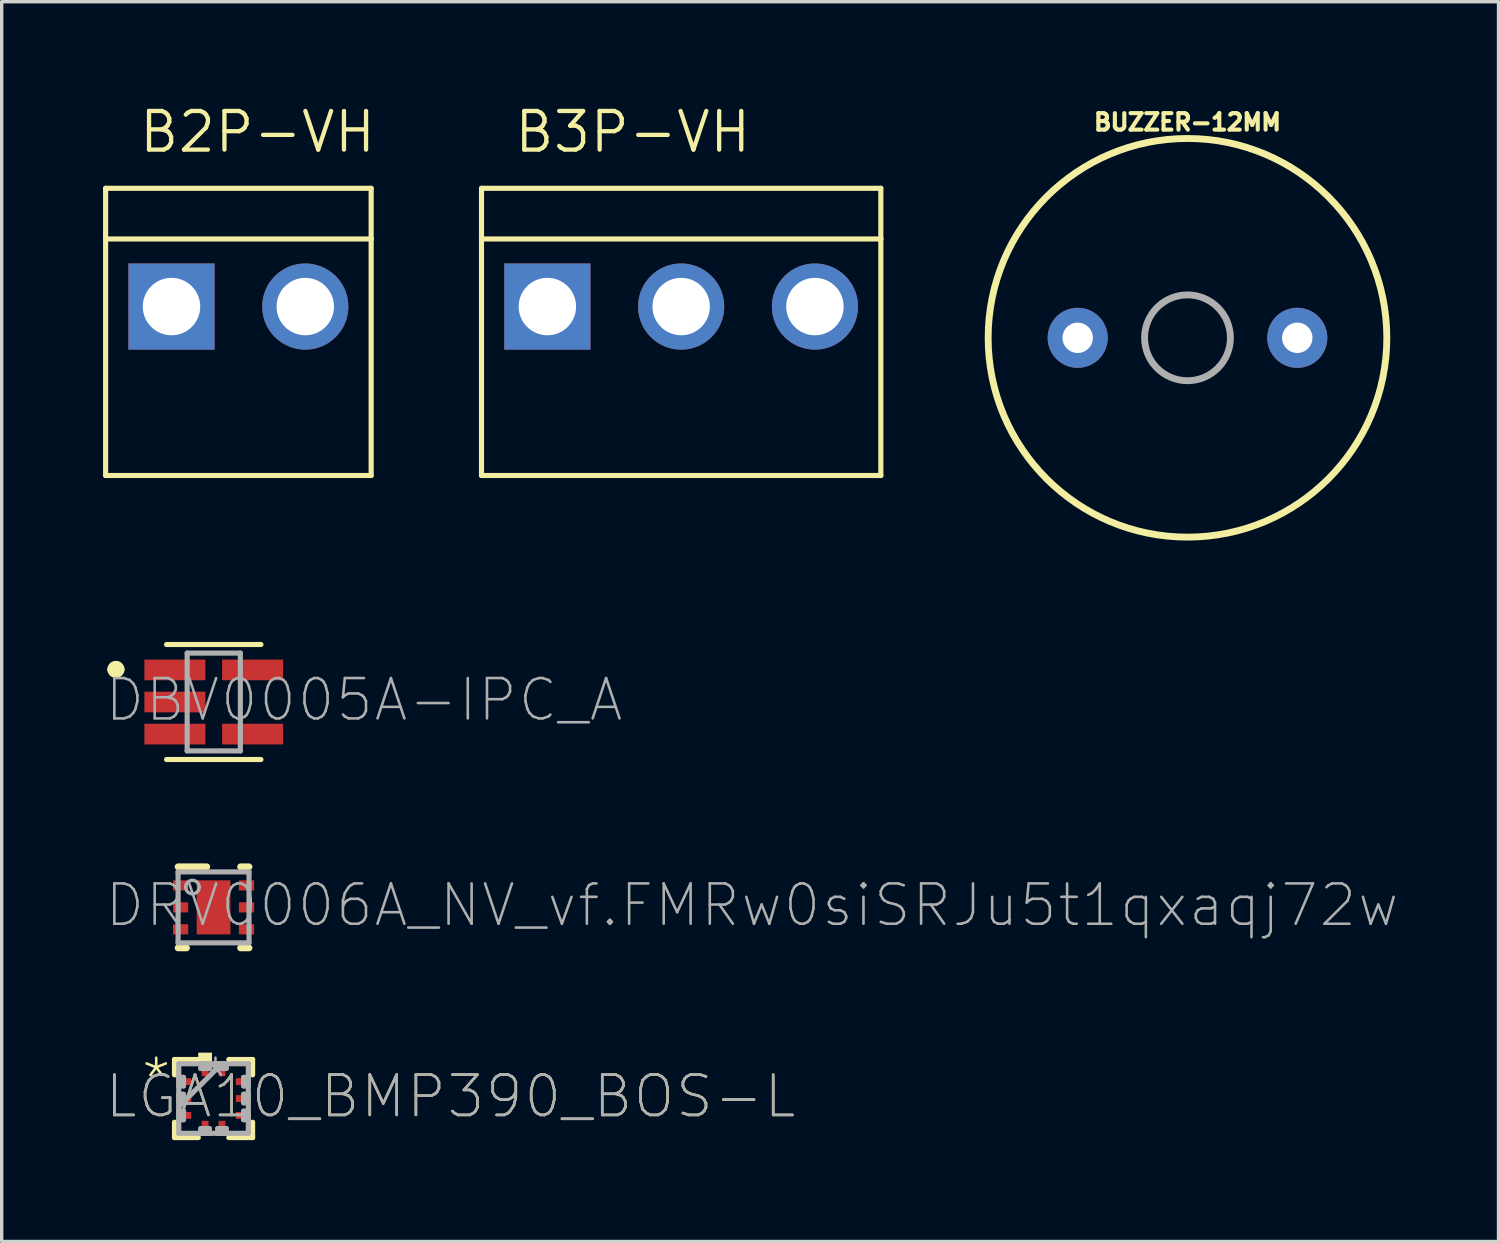
<source format=kicad_pcb>
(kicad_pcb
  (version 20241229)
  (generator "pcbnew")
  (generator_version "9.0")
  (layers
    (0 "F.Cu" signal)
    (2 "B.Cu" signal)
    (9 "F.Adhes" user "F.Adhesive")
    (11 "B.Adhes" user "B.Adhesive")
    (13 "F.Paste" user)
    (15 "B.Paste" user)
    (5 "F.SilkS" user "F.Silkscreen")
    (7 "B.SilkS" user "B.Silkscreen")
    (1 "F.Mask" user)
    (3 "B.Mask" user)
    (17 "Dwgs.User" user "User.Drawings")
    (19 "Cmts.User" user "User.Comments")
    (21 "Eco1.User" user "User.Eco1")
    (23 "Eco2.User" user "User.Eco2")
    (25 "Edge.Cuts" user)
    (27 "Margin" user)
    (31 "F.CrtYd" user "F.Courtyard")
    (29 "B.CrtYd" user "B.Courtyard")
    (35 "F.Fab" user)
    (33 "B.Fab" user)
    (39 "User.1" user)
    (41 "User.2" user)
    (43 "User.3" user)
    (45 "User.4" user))
  (footprint "LGA10_BMP390_BOS-L"
    (layer "F.Cu")
    (at 3.271 29.466)
    (property "Reference" "LGA10_BMP390_BOS-L" (at -3.271 0.635 0) (unlocked yes) (layer "F.Fab") (effects (font (size 1.194 1.194) (thickness 0.076)) (justify left bottom)))
    (fp_line (start -1.156 -1.156) (end -1.156 -0.701) (stroke (width 0.152) (type solid)) (layer "F.SilkS"))
    (fp_line (start -1.156 0.701) (end -1.156 1.156) (stroke (width 0.152) (type solid)) (layer "F.SilkS"))
    (fp_line (start -1.156 1.156) (end -0.451 1.156) (stroke (width 0.152) (type solid)) (layer "F.SilkS"))
    (fp_line (start -0.451 -1.156) (end -1.156 -1.156) (stroke (width 0.152) (type solid)) (layer "F.SilkS"))
    (fp_line (start 0.451 1.156) (end 1.156 1.156) (stroke (width 0.152) (type solid)) (layer "F.SilkS"))
    (fp_line (start 1.156 -1.156) (end 0.451 -1.156) (stroke (width 0.152) (type solid)) (layer "F.SilkS"))
    (fp_line (start 1.156 -0.701) (end 1.156 -1.156) (stroke (width 0.152) (type solid)) (layer "F.SilkS"))
    (fp_line (start 1.156 1.156) (end 1.156 0.701) (stroke (width 0.152) (type solid)) (layer "F.SilkS"))
    (fp_poly (pts (xy -0.047 -1.079) (xy -0.453 -1.079) (xy -0.453 -1.359) (xy -0.047 -1.359)) (stroke (width 0) (type default)) (fill yes) (layer "F.SilkS"))
    (fp_line (start -1.029 -1.029) (end -1.029 1.029) (stroke (width 0.152) (type solid)) (layer "F.Fab"))
    (fp_line (start -1.029 -0.627) (end -0.889 -0.627) (stroke (width 0.152) (type solid)) (layer "F.Fab"))
    (fp_line (start -1.029 -0.373) (end -1.029 -0.627) (stroke (width 0.152) (type solid)) (layer "F.Fab"))
    (fp_line (start -1.029 -0.127) (end -0.889 -0.127) (stroke (width 0.152) (type solid)) (layer "F.Fab"))
    (fp_line (start -1.029 0.127) (end -1.029 -0.127) (stroke (width 0.152) (type solid)) (layer "F.Fab"))
    (fp_line (start -1.029 0.241) (end 0.241 -1.029) (stroke (width 0.152) (type solid)) (layer "F.Fab"))
    (fp_line (start -1.029 0.373) (end -0.889 0.373) (stroke (width 0.152) (type solid)) (layer "F.Fab"))
    (fp_line (start -1.029 0.627) (end -1.029 0.373) (stroke (width 0.152) (type solid)) (layer "F.Fab"))
    (fp_line (start -1.029 1.029) (end 1.029 1.029) (stroke (width 0.152) (type solid)) (layer "F.Fab"))
    (fp_line (start -0.889 -0.627) (end -0.889 -0.373) (stroke (width 0.152) (type solid)) (layer "F.Fab"))
    (fp_line (start -0.889 -0.373) (end -1.029 -0.373) (stroke (width 0.152) (type solid)) (layer "F.Fab"))
    (fp_line (start -0.889 -0.127) (end -0.889 0.127) (stroke (width 0.152) (type solid)) (layer "F.Fab"))
    (fp_line (start -0.889 0.127) (end -1.029 0.127) (stroke (width 0.152) (type solid)) (layer "F.Fab"))
    (fp_line (start -0.889 0.373) (end -0.889 0.627) (stroke (width 0.152) (type solid)) (layer "F.Fab"))
    (fp_line (start -0.889 0.627) (end -1.029 0.627) (stroke (width 0.152) (type solid)) (layer "F.Fab"))
    (fp_line (start -0.377 -1.029) (end -0.123 -1.029) (stroke (width 0.152) (type solid)) (layer "F.Fab"))
    (fp_line (start -0.377 -0.889) (end -0.377 -1.029) (stroke (width 0.152) (type solid)) (layer "F.Fab"))
    (fp_line (start -0.377 0.889) (end -0.123 0.889) (stroke (width 0.152) (type solid)) (layer "F.Fab"))
    (fp_line (start -0.377 1.029) (end -0.377 0.889) (stroke (width 0.152) (type solid)) (layer "F.Fab"))
    (fp_line (start -0.123 -1.029) (end -0.123 -0.889) (stroke (width 0.152) (type solid)) (layer "F.Fab"))
    (fp_line (start -0.123 -0.889) (end -0.377 -0.889) (stroke (width 0.152) (type solid)) (layer "F.Fab"))
    (fp_line (start -0.123 0.889) (end -0.123 1.029) (stroke (width 0.152) (type solid)) (layer "F.Fab"))
    (fp_line (start -0.123 1.029) (end -0.377 1.029) (stroke (width 0.152) (type solid)) (layer "F.Fab"))
    (fp_line (start 0.123 -1.029) (end 0.377 -1.029) (stroke (width 0.152) (type solid)) (layer "F.Fab"))
    (fp_line (start 0.123 -0.889) (end 0.123 -1.029) (stroke (width 0.152) (type solid)) (layer "F.Fab"))
    (fp_line (start 0.123 0.889) (end 0.377 0.889) (stroke (width 0.152) (type solid)) (layer "F.Fab"))
    (fp_line (start 0.123 1.029) (end 0.123 0.889) (stroke (width 0.152) (type solid)) (layer "F.Fab"))
    (fp_line (start 0.377 -1.029) (end 0.377 -0.889) (stroke (width 0.152) (type solid)) (layer "F.Fab"))
    (fp_line (start 0.377 -0.889) (end 0.123 -0.889) (stroke (width 0.152) (type solid)) (layer "F.Fab"))
    (fp_line (start 0.377 0.889) (end 0.377 1.029) (stroke (width 0.152) (type solid)) (layer "F.Fab"))
    (fp_line (start 0.377 1.029) (end 0.123 1.029) (stroke (width 0.152) (type solid)) (layer "F.Fab"))
    (fp_line (start 0.889 -0.627) (end 1.029 -0.627) (stroke (width 0.152) (type solid)) (layer "F.Fab"))
    (fp_line (start 0.889 -0.373) (end 0.889 -0.627) (stroke (width 0.152) (type solid)) (layer "F.Fab"))
    (fp_line (start 0.889 -0.127) (end 1.029 -0.127) (stroke (width 0.152) (type solid)) (layer "F.Fab"))
    (fp_line (start 0.889 0.127) (end 0.889 -0.127) (stroke (width 0.152) (type solid)) (layer "F.Fab"))
    (fp_line (start 0.889 0.373) (end 1.029 0.373) (stroke (width 0.152) (type solid)) (layer "F.Fab"))
    (fp_line (start 0.889 0.627) (end 0.889 0.373) (stroke (width 0.152) (type solid)) (layer "F.Fab"))
    (fp_line (start 1.029 -1.029) (end -1.029 -1.029) (stroke (width 0.152) (type solid)) (layer "F.Fab"))
    (fp_line (start 1.029 -0.627) (end 1.029 -0.373) (stroke (width 0.152) (type solid)) (layer "F.Fab"))
    (fp_line (start 1.029 -0.373) (end 0.889 -0.373) (stroke (width 0.152) (type solid)) (layer "F.Fab"))
    (fp_line (start 1.029 -0.127) (end 1.029 0.127) (stroke (width 0.152) (type solid)) (layer "F.Fab"))
    (fp_line (start 1.029 0.127) (end 0.889 0.127) (stroke (width 0.152) (type solid)) (layer "F.Fab"))
    (fp_line (start 1.029 0.373) (end 1.029 0.627) (stroke (width 0.152) (type solid)) (layer "F.Fab"))
    (fp_line (start 1.029 0.627) (end 0.889 0.627) (stroke (width 0.152) (type solid)) (layer "F.Fab"))
    (fp_line (start 1.029 1.029) (end 1.029 -1.029) (stroke (width 0.152) (type solid)) (layer "F.Fab"))
    (fp_text user "*" (at -2.202 0.135 0) (unlocked yes) (layer "F.SilkS") (effects (font (size 1.194 1.194) (thickness 0.076)) (justify left bottom)))
    (fp_text user "${REFERENCE}" (at -3.271 0.635 0) (unlocked yes) (layer "F.SilkS") (effects (font (size 1.194 1.194) (thickness 0.076)) (justify left bottom)))
    (fp_text user "*" (at -0.449 0.135 0) (unlocked yes) (layer "F.Fab") (effects (font (size 1.194 1.194) (thickness 0.076)) (justify left bottom)))
    (pad "1" smd rect (at 0.25 -0.749 180) (size 0.203 0.178) (layers "F.Cu" "F.Mask" "F.Paste"))
    (pad "2" smd rect (at -0.25 -0.749 180) (size 0.203 0.178) (layers "F.Cu" "F.Mask" "F.Paste"))
    (pad "3" smd rect (at -0.749 -0.5 270) (size 0.203 0.178) (layers "F.Cu" "F.Mask" "F.Paste"))
    (pad "4" smd rect (at -0.749 0 270) (size 0.203 0.178) (layers "F.Cu" "F.Mask" "F.Paste"))
    (pad "5" smd rect (at -0.749 0.5 270) (size 0.203 0.178) (layers "F.Cu" "F.Mask" "F.Paste"))
    (pad "6" smd rect (at -0.25 0.749) (size 0.203 0.178) (layers "F.Cu" "F.Mask" "F.Paste"))
    (pad "7" smd rect (at 0.25 0.749) (size 0.203 0.178) (layers "F.Cu" "F.Mask" "F.Paste"))
    (pad "8" smd rect (at 0.749 0.5 90) (size 0.203 0.178) (layers "F.Cu" "F.Mask" "F.Paste"))
    (pad "9" smd rect (at 0.749 0 90) (size 0.203 0.178) (layers "F.Cu" "F.Mask" "F.Paste"))
    (pad "10" smd rect (at 0.749 -0.5 90) (size 0.203 0.178) (layers "F.Cu" "F.Mask" "F.Paste")))
  (footprint "DRV0006A_NV_vf.FMRw0siSRJu5t1qxaqj72w"
    (layer "F.Cu")
    (at 3.271 23.807)
    (property "Reference" "DRV0006A_NV_vf.FMRw0siSRJu5t1qxaqj72w" (at -3.271 0.635 0) (unlocked yes) (layer "F.Fab") (effects (font (size 1.194 1.194) (thickness 0.076)) (justify left bottom)))
    (fp_line (start -1.05 -1.2) (end -0.2 -1.2) (stroke (width 0.2) (type solid)) (layer "F.SilkS"))
    (fp_line (start -1.05 1.2) (end -0.8 1.2) (stroke (width 0.2) (type solid)) (layer "F.SilkS"))
    (fp_line (start 0.8 -1.2) (end 1.05 -1.2) (stroke (width 0.2) (type solid)) (layer "F.SilkS"))
    (fp_line (start 0.8 1.2) (end 1.05 1.2) (stroke (width 0.2) (type solid)) (layer "F.SilkS"))
    (fp_poly (pts (xy 0.463 -0.812) (xy 0.475 -0.808) (xy 0.485 -0.802) (xy 0.495 -0.795) (xy 0.502 -0.785) (xy 0.508 -0.775) (xy 0.512 -0.763) (xy 0.513 -0.752) (xy 0.513 -0.148) (xy 0.512 -0.137) (xy 0.508 -0.125) (xy 0.502 -0.115) (xy 0.495 -0.105) (xy 0.485 -0.098) (xy 0.475 -0.092) (xy 0.463 -0.088) (xy 0.452 -0.087) (xy -0.452 -0.087) (xy -0.463 -0.088) (xy -0.475 -0.092) (xy -0.485 -0.098) (xy -0.495 -0.105) (xy -0.502 -0.115) (xy -0.508 -0.125) (xy -0.512 -0.137) (xy -0.513 -0.148) (xy -0.513 -0.752) (xy -0.512 -0.763) (xy -0.508 -0.775) (xy -0.502 -0.785) (xy -0.495 -0.795) (xy -0.485 -0.802) (xy -0.475 -0.808) (xy -0.463 -0.812) (xy -0.452 -0.813) (xy 0.452 -0.813)) (stroke (width 0) (type default)) (fill yes) (layer "F.Paste"))
    (fp_poly (pts (xy 0.463 0.088) (xy 0.475 0.092) (xy 0.485 0.098) (xy 0.495 0.105) (xy 0.502 0.115) (xy 0.508 0.125) (xy 0.512 0.137) (xy 0.513 0.148) (xy 0.513 0.752) (xy 0.512 0.763) (xy 0.508 0.775) (xy 0.502 0.785) (xy 0.495 0.795) (xy 0.485 0.802) (xy 0.475 0.808) (xy 0.463 0.812) (xy 0.452 0.813) (xy -0.452 0.813) (xy -0.463 0.812) (xy -0.475 0.808) (xy -0.485 0.802) (xy -0.495 0.795) (xy -0.502 0.785) (xy -0.508 0.775) (xy -0.512 0.763) (xy -0.513 0.752) (xy -0.513 0.148) (xy -0.512 0.137) (xy -0.508 0.125) (xy -0.502 0.115) (xy -0.495 0.105) (xy -0.485 0.098) (xy -0.475 0.092) (xy -0.463 0.088) (xy -0.452 0.087) (xy 0.452 0.087)) (stroke (width 0) (type default)) (fill yes) (layer "F.Paste"))
    (fp_line (start -1.05 -1.05) (end 1.05 -1.05) (stroke (width 0.152) (type solid)) (layer "F.Fab"))
    (fp_line (start -1.05 1.05) (end -1.05 -1.05) (stroke (width 0.152) (type solid)) (layer "F.Fab"))
    (fp_line (start -1.05 1.05) (end 1.05 1.05) (stroke (width 0.152) (type solid)) (layer "F.Fab"))
    (fp_line (start 1.05 1.05) (end 1.05 -1.05) (stroke (width 0.152) (type solid)) (layer "F.Fab"))
    (fp_arc (start -0.825 -0.6) (mid -0.625 -0.8) (end -0.425 -0.6) (stroke (width 0.1) (type solid)) (layer "F.Fab"))
    (fp_arc (start -0.425 -0.6) (mid -0.625 -0.4) (end -0.825 -0.6) (stroke (width 0.1) (type solid)) (layer "F.Fab"))
    (pad "1" smd rect (at -0.975 -0.65 90) (size 0.3 0.45) (layers "F.Cu" "F.Mask" "F.Paste"))
    (pad "2" smd rect (at -0.975 0 90) (size 0.3 0.45) (layers "F.Cu" "F.Mask" "F.Paste"))
    (pad "3" smd rect (at -0.975 0.65 90) (size 0.3 0.45) (layers "F.Cu" "F.Mask" "F.Paste"))
    (pad "4" smd rect (at 0.975 0.65 90) (size 0.3 0.45) (layers "F.Cu" "F.Mask" "F.Paste"))
    (pad "5" smd rect (at 0.975 0 90) (size 0.3 0.45) (layers "F.Cu" "F.Mask" "F.Paste"))
    (pad "6" smd rect (at 0.975 -0.65 90) (size 0.3 0.45) (layers "F.Cu" "F.Mask" "F.Paste"))
    (pad "7" smd rect (at 0 0) (size 1 1.6) (layers "F.Cu" "F.Mask")))
  (footprint "B3P-VH"
    (layer "F.Cu")
    (at 17.112 6.024)
    (property "Reference" "B3P-VH" (at -5 -4.5 0) (unlocked yes) (layer "F.SilkS") (effects (font (size 1.143 1.143) (thickness 0.127)) (justify left bottom)))
    (fp_line (start -5.91 -3.5) (end -5.91 -2) (stroke (width 0.152) (type solid)) (layer "F.SilkS"))
    (fp_line (start -5.91 -3.5) (end 5.91 -3.5) (stroke (width 0.152) (type solid)) (layer "F.SilkS"))
    (fp_line (start -5.91 -2) (end -5.91 5) (stroke (width 0.152) (type solid)) (layer "F.SilkS"))
    (fp_line (start -5.91 -2) (end 5.91 -2) (stroke (width 0.152) (type solid)) (layer "F.SilkS"))
    (fp_line (start 5.91 -3.5) (end 5.91 -2) (stroke (width 0.152) (type solid)) (layer "F.SilkS"))
    (fp_line (start 5.91 -2) (end 5.91 5) (stroke (width 0.152) (type solid)) (layer "F.SilkS"))
    (fp_line (start 5.91 5) (end -5.91 5) (stroke (width 0.152) (type solid)) (layer "F.SilkS"))
    (pad "1" thru_hole rect (at -3.96 0 90) (size 2.55 2.55) (drill 1.7) (layers "*.Cu" "*.Mask"))
    (pad "2" thru_hole circle (at 0 0 90) (size 2.55 2.55) (drill 1.7) (layers "*.Cu" "*.Mask"))
    (pad "3" thru_hole circle (at 3.96 0 90) (size 2.55 2.55) (drill 1.7) (layers "*.Cu" "*.Mask")))
  (footprint "B2P-VH"
    (layer "F.Cu")
    (at 4.006 6.024)
    (property "Reference" "B2P-VH" (at -3 -4.5 0) (unlocked yes) (layer "F.SilkS") (effects (font (size 1.143 1.143) (thickness 0.127)) (justify left bottom)))
    (fp_line (start -3.93 -3.5) (end -3.93 -2) (stroke (width 0.152) (type solid)) (layer "F.SilkS"))
    (fp_line (start -3.93 -3.5) (end 3.93 -3.5) (stroke (width 0.152) (type solid)) (layer "F.SilkS"))
    (fp_line (start -3.93 -2) (end -3.93 5) (stroke (width 0.152) (type solid)) (layer "F.SilkS"))
    (fp_line (start -3.93 -2) (end 3.93 -2) (stroke (width 0.152) (type solid)) (layer "F.SilkS"))
    (fp_line (start 3.93 -3.5) (end 3.93 -2) (stroke (width 0.152) (type solid)) (layer "F.SilkS"))
    (fp_line (start 3.93 -2) (end 3.93 5) (stroke (width 0.152) (type solid)) (layer "F.SilkS"))
    (fp_line (start 3.93 5) (end -3.93 5) (stroke (width 0.152) (type solid)) (layer "F.SilkS"))
    (pad "1" thru_hole rect (at -1.98 0 90) (size 2.55 2.55) (drill 1.7) (layers "*.Cu" "*.Mask"))
    (pad "2" thru_hole circle (at 1.98 0 90) (size 2.55 2.55) (drill 1.7) (layers "*.Cu" "*.Mask")))
  (footprint "BUZZER-12MM"
    (layer "F.Cu")
    (at 32.099 6.949)
    (property "Reference" "BUZZER-12MM" (at 0 -6.096 0) (unlocked yes) (layer "F.SilkS") (effects (font (size 0.488 0.488) (thickness 0.122)) (justify bottom)))
    (fp_circle (center 0 0) (end 5.9 0) (stroke (width 0.203) (type solid)) (fill no) (layer "F.SilkS"))
    (fp_circle (center 0 0) (end 1.27 0) (stroke (width 0.203) (type solid)) (fill no) (layer "F.Fab"))
    (pad "+" thru_hole circle (at 3.25 0) (size 1.778 1.778) (drill 0.9) (layers "*.Cu" "*.Mask"))
    (pad "-" thru_hole circle (at -3.25 0) (size 1.778 1.778) (drill 0.9) (layers "*.Cu" "*.Mask")))
  (footprint "DBV0005A-IPC_A"
    (layer "F.Cu")
    (at 3.277 17.729)
    (property "Reference" "DBV0005A-IPC_A" (at -3.277 0.635 0) (unlocked yes) (layer "F.Fab") (effects (font (size 1.194 1.194) (thickness 0.076)) (justify left bottom)))
    (fp_line (start -1.397 -1.702) (end 1.397 -1.702) (stroke (width 0.152) (type solid)) (layer "F.SilkS"))
    (fp_line (start -1.397 1.702) (end 1.397 1.702) (stroke (width 0.152) (type solid)) (layer "F.SilkS"))
    (fp_arc (start -3.0226 -0.9652) (mid -2.8956 -1.0922) (end -2.7686 -0.9652) (stroke (width 0.254) (type solid)) (layer "F.SilkS"))
    (fp_arc (start -2.7686 -0.9652) (mid -2.8956 -0.8382) (end -3.0226 -0.9652) (stroke (width 0.254) (type solid)) (layer "F.SilkS"))
    (fp_line (start -0.787 -1.448) (end 0.787 -1.448) (stroke (width 0.152) (type solid)) (layer "F.Fab"))
    (fp_line (start -0.787 1.448) (end -0.787 -1.448) (stroke (width 0.152) (type solid)) (layer "F.Fab"))
    (fp_line (start -0.787 1.448) (end 0.787 1.448) (stroke (width 0.152) (type solid)) (layer "F.Fab"))
    (fp_line (start 0.787 1.448) (end 0.787 -1.448) (stroke (width 0.152) (type solid)) (layer "F.Fab"))
    (pad "1" smd rect (at -1.15 -0.95) (size 1.805 0.612) (layers "F.Cu" "F.Mask" "F.Paste"))
    (pad "2" smd rect (at -1.15 0) (size 1.805 0.612) (layers "F.Cu" "F.Mask" "F.Paste"))
    (pad "3" smd rect (at -1.15 0.95) (size 1.805 0.612) (layers "F.Cu" "F.Mask" "F.Paste"))
    (pad "4" smd rect (at 1.15 0.95) (size 1.805 0.612) (layers "F.Cu" "F.Mask" "F.Paste"))
    (pad "5" smd rect (at 1.15 -0.95) (size 1.805 0.612) (layers "F.Cu" "F.Mask" "F.Paste")))
  (gr_rect
    (start -3 -3)
    (end 41.305 33.698)
    (stroke (width 0.1) (type default))
    (fill no)
    (layer "Edge.Cuts")))
</source>
